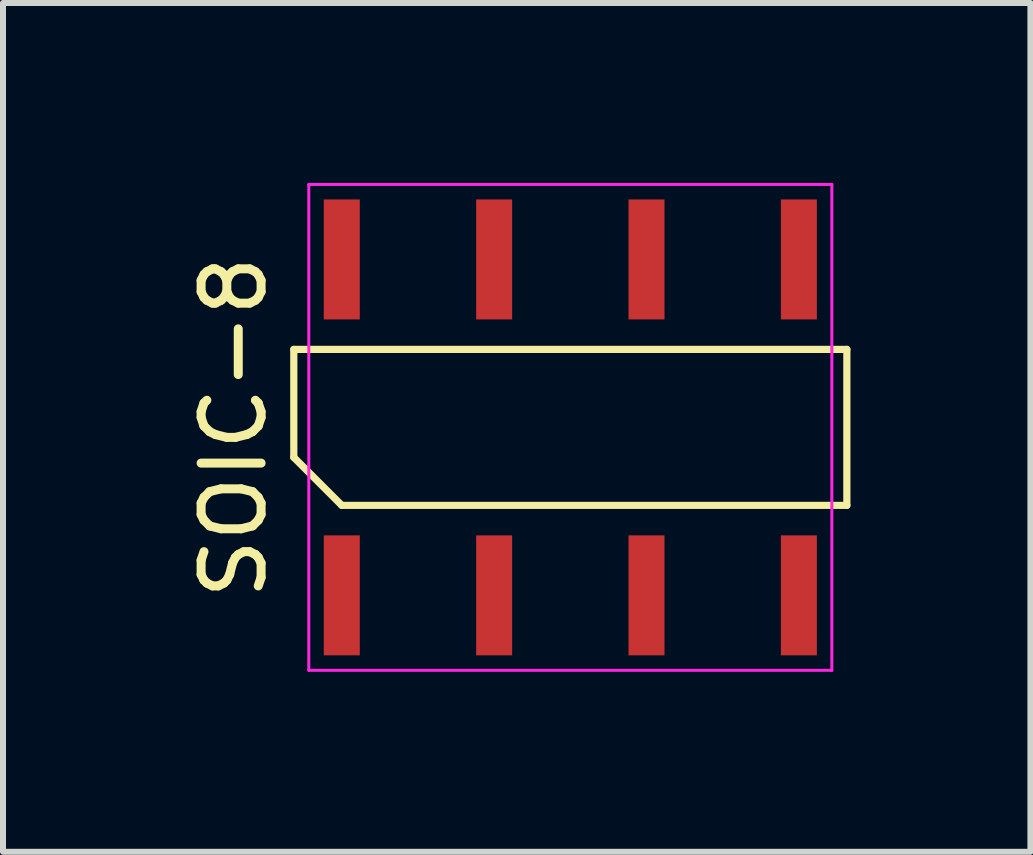
<source format=kicad_pcb>
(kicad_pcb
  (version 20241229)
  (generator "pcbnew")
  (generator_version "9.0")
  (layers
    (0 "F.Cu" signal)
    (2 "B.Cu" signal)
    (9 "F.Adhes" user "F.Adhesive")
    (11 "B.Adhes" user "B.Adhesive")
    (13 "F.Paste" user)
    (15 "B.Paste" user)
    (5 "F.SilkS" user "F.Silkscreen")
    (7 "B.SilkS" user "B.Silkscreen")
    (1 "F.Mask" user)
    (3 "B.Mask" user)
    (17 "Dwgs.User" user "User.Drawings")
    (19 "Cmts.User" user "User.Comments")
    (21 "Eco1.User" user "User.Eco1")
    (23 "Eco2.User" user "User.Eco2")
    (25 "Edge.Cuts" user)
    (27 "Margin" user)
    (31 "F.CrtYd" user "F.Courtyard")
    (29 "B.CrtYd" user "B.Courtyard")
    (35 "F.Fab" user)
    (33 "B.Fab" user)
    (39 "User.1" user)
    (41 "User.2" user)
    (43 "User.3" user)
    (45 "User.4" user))
  (footprint "SOIC-8"
    (layer "F.Cu")
    (at 6.458 4.075)
    (property "Reference" "SOIC-8" (at -5.61 0 90) (layer "F.SilkS") (effects (font (size 1 1) (thickness 0.15))))
    (attr smd)
    (fp_line (start -4.61 -1.3) (end 4.61 -1.3) (stroke (width 0.12) (type solid)) (layer "F.SilkS"))
    (fp_line (start -4.61 0.5) (end -4.61 -1.3) (stroke (width 0.12) (type solid)) (layer "F.SilkS"))
    (fp_line (start -3.81 1.3) (end -4.61 0.5) (stroke (width 0.12) (type solid)) (layer "F.SilkS"))
    (fp_line (start 4.61 -1.3) (end 4.61 1.3) (stroke (width 0.12) (type solid)) (layer "F.SilkS"))
    (fp_line (start 4.61 1.3) (end -3.81 1.3) (stroke (width 0.12) (type solid)) (layer "F.SilkS"))
    (fp_line (start -4.36 -4.05) (end 4.36 -4.05) (stroke (width 0.05) (type solid)) (layer "F.CrtYd"))
    (fp_line (start -4.36 4.05) (end -4.36 -4.05) (stroke (width 0.05) (type solid)) (layer "F.CrtYd"))
    (fp_line (start 4.36 -4.05) (end 4.36 4.05) (stroke (width 0.05) (type solid)) (layer "F.CrtYd"))
    (fp_line (start 4.36 4.05) (end -4.36 4.05) (stroke (width 0.05) (type solid)) (layer "F.CrtYd"))
    (pad "1" smd rect (at -3.81 2.8) (size 0.6 2) (layers "F.Cu" "F.Mask" "F.Paste"))
    (pad "2" smd rect (at -1.27 2.8) (size 0.6 2) (layers "F.Cu" "F.Mask" "F.Paste"))
    (pad "3" smd rect (at 1.27 2.8) (size 0.6 2) (layers "F.Cu" "F.Mask" "F.Paste"))
    (pad "4" smd rect (at 3.81 2.8) (size 0.6 2) (layers "F.Cu" "F.Mask" "F.Paste"))
    (pad "5" smd rect (at 3.81 -2.8) (size 0.6 2) (layers "F.Cu" "F.Mask" "F.Paste"))
    (pad "6" smd rect (at 1.27 -2.8) (size 0.6 2) (layers "F.Cu" "F.Mask" "F.Paste"))
    (pad "7" smd rect (at -1.27 -2.8) (size 0.6 2) (layers "F.Cu" "F.Mask" "F.Paste"))
    (pad "8" smd rect (at -3.81 -2.8) (size 0.6 2) (layers "F.Cu" "F.Mask" "F.Paste")))
  (gr_rect
    (start -3 -3)
    (end 14.128 11.15)
    (stroke (width 0.1) (type default))
    (fill no)
    (layer "Edge.Cuts")))
</source>
